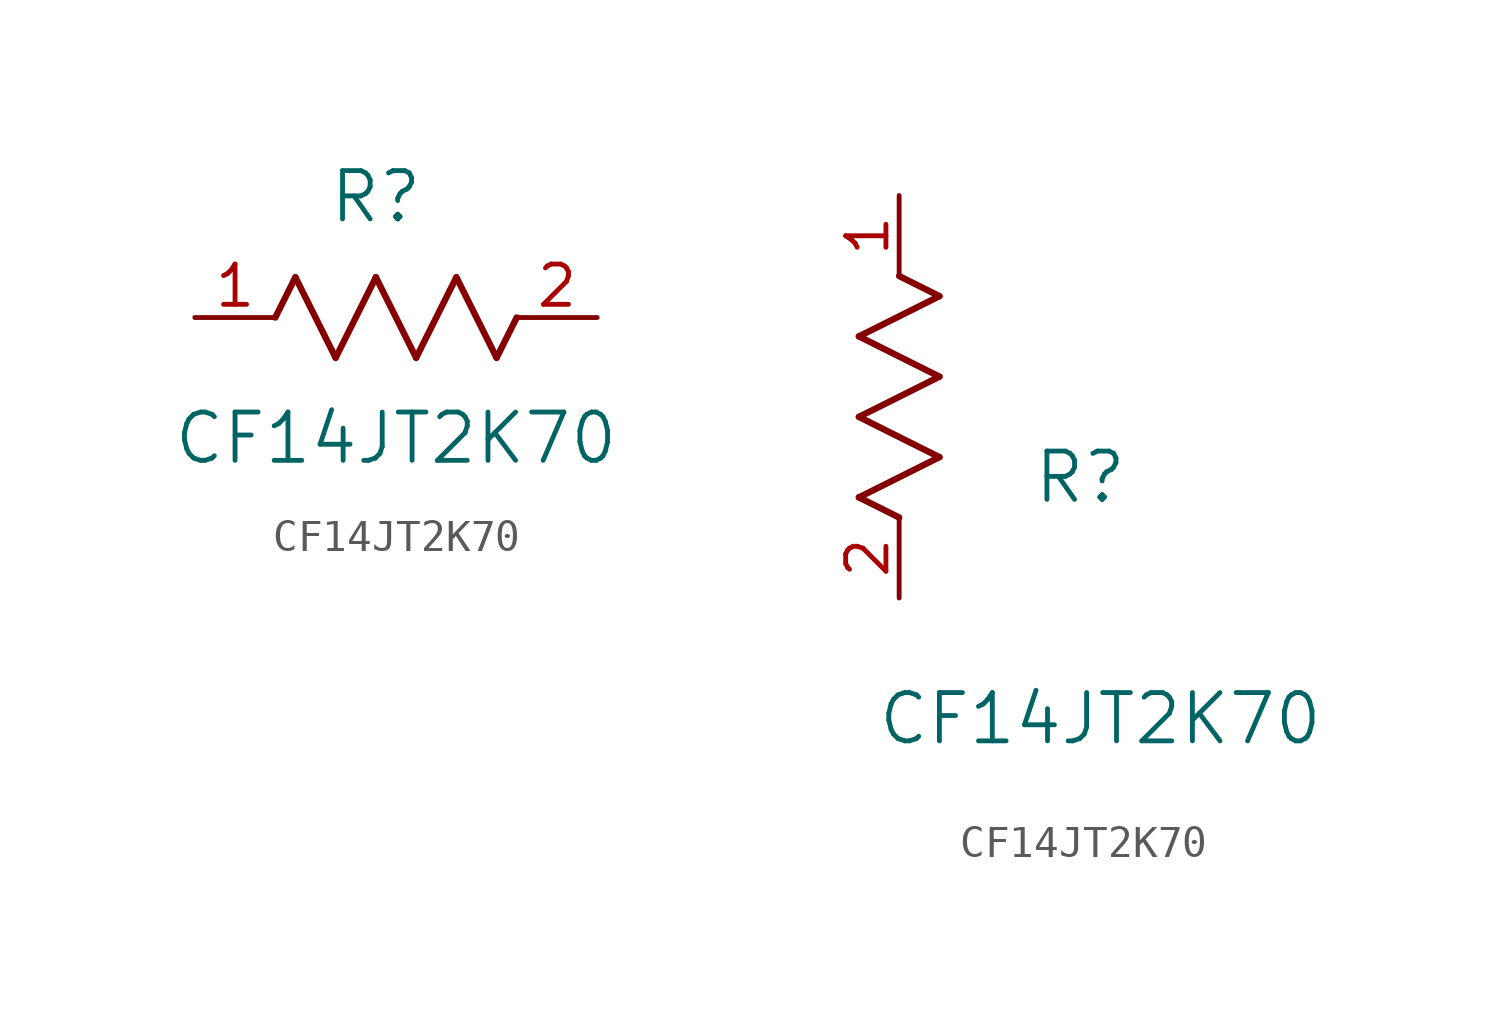
<source format=kicad_sym>
(kicad_symbol_lib
  (version 20211014)
  (generator kicad_symbol_editor)
  (symbol "CF14JT2K70"
    (pin_names
      (offset 0.254))
    (property "Reference" "R"
      (at 5.715 3.81 0)
      (effects (font (size 1.524 1.524))))
    (property "Value" "CF14JT2K70"
      (at 6.35 -3.81 0)
      (effects (font (size 1.524 1.524))))
    (symbol "CF14JT2K70_1_1"
      (polyline (pts (xy 3.175 1.27) (xy 4.445 -1.27)) (stroke (width 0.203) (type default) (color 0 0 0 0)) (fill (type none)))
      (polyline (pts (xy 4.445 -1.27) (xy 5.715 1.27)) (stroke (width 0.203) (type default) (color 0 0 0 0)) (fill (type none)))
      (polyline (pts (xy 5.715 1.27) (xy 6.985 -1.27)) (stroke (width 0.203) (type default) (color 0 0 0 0)) (fill (type none)))
      (polyline (pts (xy 6.985 -1.27) (xy 8.255 1.27)) (stroke (width 0.203) (type default) (color 0 0 0 0)) (fill (type none)))
      (polyline (pts (xy 8.255 1.27) (xy 9.525 -1.27)) (stroke (width 0.203) (type default) (color 0 0 0 0)) (fill (type none)))
      (polyline (pts (xy 2.54 0) (xy 3.175 1.27)) (stroke (width 0.203) (type default) (color 0 0 0 0)) (fill (type none)))
      (polyline (pts (xy 9.525 -1.27) (xy 10.16 0)) (stroke (width 0.203) (type default) (color 0 0 0 0)) (fill (type none)))
      (pin unspecified line (at 0 0 0) (length 2.54) (name "" (effects (font (size 1.27 1.27)))) (number "1" (effects (font (size 1.27 1.27)))))
      (pin unspecified line (at 12.7 0 180) (length 2.54) (name "" (effects (font (size 1.27 1.27)))) (number "2" (effects (font (size 1.27 1.27))))))
    (symbol "CF14JT2K70_1_2"
      (polyline (pts (xy 0 2.54) (xy -1.27 3.175)) (stroke (width 0.203) (type default) (color 0 0 0 0)) (fill (type none)))
      (polyline (pts (xy -1.27 3.175) (xy 1.27 4.445)) (stroke (width 0.203) (type default) (color 0 0 0 0)) (fill (type none)))
      (polyline (pts (xy 1.27 4.445) (xy -1.27 5.715)) (stroke (width 0.203) (type default) (color 0 0 0 0)) (fill (type none)))
      (polyline (pts (xy -1.27 5.715) (xy 1.27 6.985)) (stroke (width 0.203) (type default) (color 0 0 0 0)) (fill (type none)))
      (polyline (pts (xy -1.27 8.255) (xy 1.27 9.525)) (stroke (width 0.203) (type default) (color 0 0 0 0)) (fill (type none)))
      (polyline (pts (xy 1.27 9.525) (xy 0 10.16)) (stroke (width 0.203) (type default) (color 0 0 0 0)) (fill (type none)))
      (polyline (pts (xy 1.27 6.985) (xy -1.27 8.255)) (stroke (width 0.203) (type default) (color 0 0 0 0)) (fill (type none)))
      (pin unspecified line (at 0 12.7 270) (length 2.54) (name "" (effects (font (size 1.27 1.27)))) (number "1" (effects (font (size 1.27 1.27)))))
      (pin unspecified line (at 0 0 90) (length 2.54) (name "" (effects (font (size 1.27 1.27)))) (number "2" (effects (font (size 1.27 1.27))))))))
</source>
